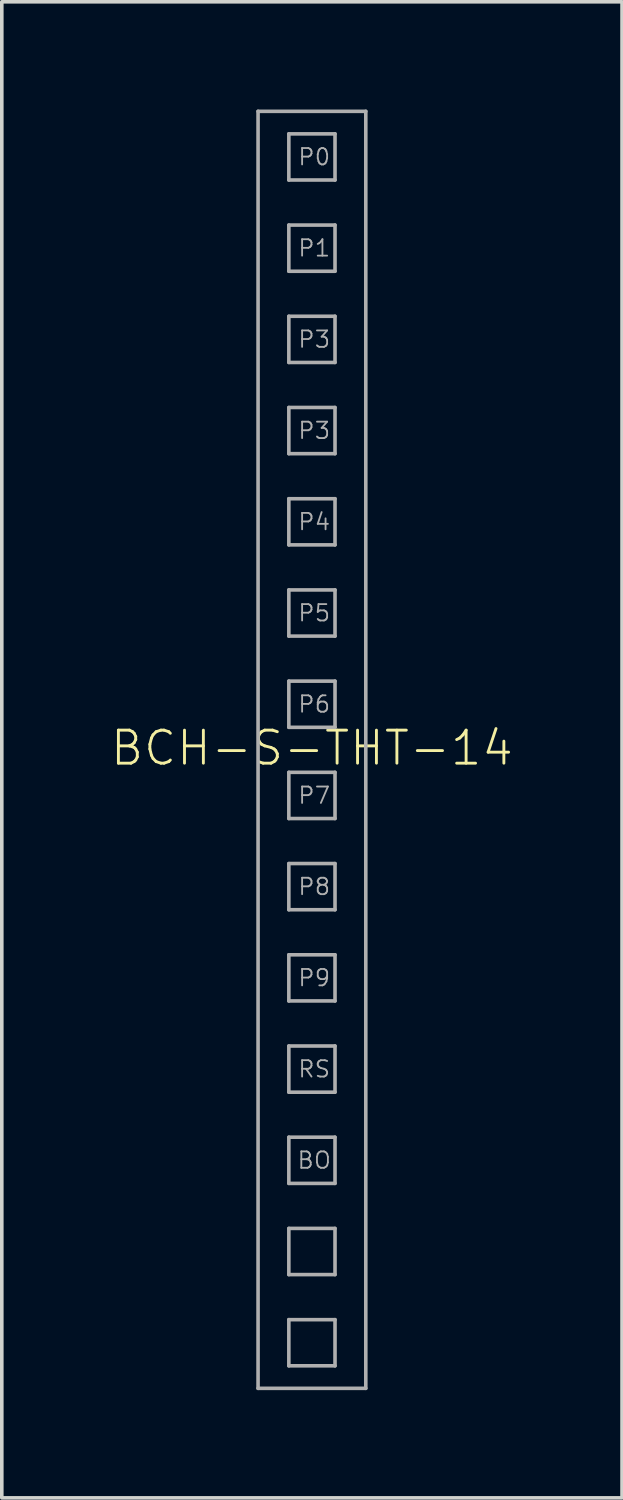
<source format=kicad_pcb>
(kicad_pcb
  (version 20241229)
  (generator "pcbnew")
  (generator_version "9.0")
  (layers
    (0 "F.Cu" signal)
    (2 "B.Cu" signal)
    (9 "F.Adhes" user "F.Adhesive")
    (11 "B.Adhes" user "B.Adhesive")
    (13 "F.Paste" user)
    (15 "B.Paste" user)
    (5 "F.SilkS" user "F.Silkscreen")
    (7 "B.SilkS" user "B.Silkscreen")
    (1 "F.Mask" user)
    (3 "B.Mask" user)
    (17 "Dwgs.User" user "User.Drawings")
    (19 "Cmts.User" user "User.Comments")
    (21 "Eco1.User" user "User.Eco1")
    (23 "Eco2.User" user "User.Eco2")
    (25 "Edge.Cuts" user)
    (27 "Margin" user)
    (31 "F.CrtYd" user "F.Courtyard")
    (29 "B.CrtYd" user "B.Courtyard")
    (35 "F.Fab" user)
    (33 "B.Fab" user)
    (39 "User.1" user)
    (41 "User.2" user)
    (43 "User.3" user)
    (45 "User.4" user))
  (footprint "BCH-S-THT-14"
    (layer "F.Cu")
    (at 5.636 17.83)
    (property "Reference" "BCH-S-THT-14" (at 0 -0.05 0) (unlocked yes) (layer "F.SilkS") (effects (font (size 0.92 0.92) (thickness 0.08))))
    (fp_line (start -1.5 -17.78) (end -1.5 17.78) (stroke (width 0.1) (type solid)) (layer "F.Fab"))
    (fp_line (start -1.5 17.78) (end 1.5 17.78) (stroke (width 0.1) (type solid)) (layer "F.Fab"))
    (fp_line (start -0.643 -17.153) (end -0.643 -15.867) (stroke (width 0.1) (type solid)) (layer "F.Fab"))
    (fp_line (start -0.643 -15.867) (end 0.643 -15.867) (stroke (width 0.1) (type solid)) (layer "F.Fab"))
    (fp_line (start -0.643 -14.613) (end -0.643 -13.327) (stroke (width 0.1) (type solid)) (layer "F.Fab"))
    (fp_line (start -0.643 -13.327) (end 0.643 -13.327) (stroke (width 0.1) (type solid)) (layer "F.Fab"))
    (fp_line (start -0.643 -12.073) (end -0.643 -10.787) (stroke (width 0.1) (type solid)) (layer "F.Fab"))
    (fp_line (start -0.643 -10.787) (end 0.643 -10.787) (stroke (width 0.1) (type solid)) (layer "F.Fab"))
    (fp_line (start -0.643 -9.533) (end -0.643 -8.247) (stroke (width 0.1) (type solid)) (layer "F.Fab"))
    (fp_line (start -0.643 -8.247) (end 0.643 -8.247) (stroke (width 0.1) (type solid)) (layer "F.Fab"))
    (fp_line (start -0.643 -6.993) (end -0.643 -5.707) (stroke (width 0.1) (type solid)) (layer "F.Fab"))
    (fp_line (start -0.643 -5.707) (end 0.643 -5.707) (stroke (width 0.1) (type solid)) (layer "F.Fab"))
    (fp_line (start -0.643 -4.453) (end -0.643 -3.167) (stroke (width 0.1) (type solid)) (layer "F.Fab"))
    (fp_line (start -0.643 -3.167) (end 0.643 -3.167) (stroke (width 0.1) (type solid)) (layer "F.Fab"))
    (fp_line (start -0.643 -1.913) (end -0.643 -0.627) (stroke (width 0.1) (type solid)) (layer "F.Fab"))
    (fp_line (start -0.643 -0.627) (end 0.643 -0.627) (stroke (width 0.1) (type solid)) (layer "F.Fab"))
    (fp_line (start -0.643 0.627) (end -0.643 1.913) (stroke (width 0.1) (type solid)) (layer "F.Fab"))
    (fp_line (start -0.643 1.913) (end 0.643 1.913) (stroke (width 0.1) (type solid)) (layer "F.Fab"))
    (fp_line (start -0.643 3.167) (end -0.643 4.453) (stroke (width 0.1) (type solid)) (layer "F.Fab"))
    (fp_line (start -0.643 4.453) (end 0.643 4.453) (stroke (width 0.1) (type solid)) (layer "F.Fab"))
    (fp_line (start -0.643 5.707) (end -0.643 6.993) (stroke (width 0.1) (type solid)) (layer "F.Fab"))
    (fp_line (start -0.643 6.993) (end 0.643 6.993) (stroke (width 0.1) (type solid)) (layer "F.Fab"))
    (fp_line (start -0.643 8.247) (end -0.643 9.533) (stroke (width 0.1) (type solid)) (layer "F.Fab"))
    (fp_line (start -0.643 9.533) (end 0.643 9.533) (stroke (width 0.1) (type solid)) (layer "F.Fab"))
    (fp_line (start -0.643 10.787) (end -0.643 12.073) (stroke (width 0.1) (type solid)) (layer "F.Fab"))
    (fp_line (start -0.643 12.073) (end 0.643 12.073) (stroke (width 0.1) (type solid)) (layer "F.Fab"))
    (fp_line (start -0.643 13.327) (end -0.643 14.613) (stroke (width 0.1) (type solid)) (layer "F.Fab"))
    (fp_line (start -0.643 14.613) (end 0.643 14.613) (stroke (width 0.1) (type solid)) (layer "F.Fab"))
    (fp_line (start -0.643 15.867) (end -0.643 17.153) (stroke (width 0.1) (type solid)) (layer "F.Fab"))
    (fp_line (start -0.643 17.153) (end 0.643 17.153) (stroke (width 0.1) (type solid)) (layer "F.Fab"))
    (fp_line (start 0.643 -17.153) (end -0.643 -17.153) (stroke (width 0.1) (type solid)) (layer "F.Fab"))
    (fp_line (start 0.643 -15.867) (end 0.643 -17.153) (stroke (width 0.1) (type solid)) (layer "F.Fab"))
    (fp_line (start 0.643 -14.613) (end -0.643 -14.613) (stroke (width 0.1) (type solid)) (layer "F.Fab"))
    (fp_line (start 0.643 -13.327) (end 0.643 -14.613) (stroke (width 0.1) (type solid)) (layer "F.Fab"))
    (fp_line (start 0.643 -12.073) (end -0.643 -12.073) (stroke (width 0.1) (type solid)) (layer "F.Fab"))
    (fp_line (start 0.643 -10.787) (end 0.643 -12.073) (stroke (width 0.1) (type solid)) (layer "F.Fab"))
    (fp_line (start 0.643 -9.533) (end -0.643 -9.533) (stroke (width 0.1) (type solid)) (layer "F.Fab"))
    (fp_line (start 0.643 -8.247) (end 0.643 -9.533) (stroke (width 0.1) (type solid)) (layer "F.Fab"))
    (fp_line (start 0.643 -6.993) (end -0.643 -6.993) (stroke (width 0.1) (type solid)) (layer "F.Fab"))
    (fp_line (start 0.643 -5.707) (end 0.643 -6.993) (stroke (width 0.1) (type solid)) (layer "F.Fab"))
    (fp_line (start 0.643 -4.453) (end -0.643 -4.453) (stroke (width 0.1) (type solid)) (layer "F.Fab"))
    (fp_line (start 0.643 -3.167) (end 0.643 -4.453) (stroke (width 0.1) (type solid)) (layer "F.Fab"))
    (fp_line (start 0.643 -1.913) (end -0.643 -1.913) (stroke (width 0.1) (type solid)) (layer "F.Fab"))
    (fp_line (start 0.643 -0.627) (end 0.643 -1.913) (stroke (width 0.1) (type solid)) (layer "F.Fab"))
    (fp_line (start 0.643 0.627) (end -0.643 0.627) (stroke (width 0.1) (type solid)) (layer "F.Fab"))
    (fp_line (start 0.643 1.913) (end 0.643 0.627) (stroke (width 0.1) (type solid)) (layer "F.Fab"))
    (fp_line (start 0.643 3.167) (end -0.643 3.167) (stroke (width 0.1) (type solid)) (layer "F.Fab"))
    (fp_line (start 0.643 4.453) (end 0.643 3.167) (stroke (width 0.1) (type solid)) (layer "F.Fab"))
    (fp_line (start 0.643 5.707) (end -0.643 5.707) (stroke (width 0.1) (type solid)) (layer "F.Fab"))
    (fp_line (start 0.643 6.993) (end 0.643 5.707) (stroke (width 0.1) (type solid)) (layer "F.Fab"))
    (fp_line (start 0.643 8.247) (end -0.643 8.247) (stroke (width 0.1) (type solid)) (layer "F.Fab"))
    (fp_line (start 0.643 9.533) (end 0.643 8.247) (stroke (width 0.1) (type solid)) (layer "F.Fab"))
    (fp_line (start 0.643 10.787) (end -0.643 10.787) (stroke (width 0.1) (type solid)) (layer "F.Fab"))
    (fp_line (start 0.643 12.073) (end 0.643 10.787) (stroke (width 0.1) (type solid)) (layer "F.Fab"))
    (fp_line (start 0.643 13.327) (end -0.643 13.327) (stroke (width 0.1) (type solid)) (layer "F.Fab"))
    (fp_line (start 0.643 14.613) (end 0.643 13.327) (stroke (width 0.1) (type solid)) (layer "F.Fab"))
    (fp_line (start 0.643 15.867) (end -0.643 15.867) (stroke (width 0.1) (type solid)) (layer "F.Fab"))
    (fp_line (start 0.643 17.153) (end 0.643 15.867) (stroke (width 0.1) (type solid)) (layer "F.Fab"))
    (fp_line (start 1.5 -17.78) (end -1.5 -17.78) (stroke (width 0.1) (type solid)) (layer "F.Fab"))
    (fp_line (start 1.5 17.78) (end 1.5 -17.78) (stroke (width 0.1) (type solid)) (layer "F.Fab"))
    (fp_text user "BO" (at 0.064 11.43 0) (layer "F.Fab") (effects (font (size 0.457 0.457) (thickness 0.051))))
    (fp_text user "P6" (at 0.064 -1.27 0) (layer "F.Fab") (effects (font (size 0.457 0.457) (thickness 0.051))))
    (fp_text user "P9" (at 0.064 6.35 0) (layer "F.Fab") (effects (font (size 0.457 0.457) (thickness 0.051))))
    (fp_text user "RS" (at 0.064 8.89 0) (layer "F.Fab") (effects (font (size 0.457 0.457) (thickness 0.051))))
    (fp_text user "P7" (at 0.064 1.27 0) (layer "F.Fab") (effects (font (size 0.457 0.457) (thickness 0.051))))
    (fp_text user "P5" (at 0.064 -3.81 0) (layer "F.Fab") (effects (font (size 0.457 0.457) (thickness 0.051))))
    (fp_text user "P3" (at 0.064 -8.89 0) (layer "F.Fab") (effects (font (size 0.457 0.457) (thickness 0.051))))
    (fp_text user "P8" (at 0.064 3.81 0) (layer "F.Fab") (effects (font (size 0.457 0.457) (thickness 0.051))))
    (fp_text user "P1" (at 0.064 -13.97 0) (layer "F.Fab") (effects (font (size 0.457 0.457) (thickness 0.051))))
    (fp_text user "P3" (at 0.064 -11.43 0) (layer "F.Fab") (effects (font (size 0.457 0.457) (thickness 0.051))))
    (fp_text user "P0" (at 0.064 -16.51 0) (layer "F.Fab") (effects (font (size 0.457 0.457) (thickness 0.051))))
    (fp_text user "P4" (at 0.064 -6.35 0) (layer "F.Fab") (effects (font (size 0.457 0.457) (thickness 0.051)))))
  (gr_rect
    (start -3 -3)
    (end 14.271 38.66)
    (stroke (width 0.1) (type default))
    (fill no)
    (layer "Edge.Cuts")))
</source>
